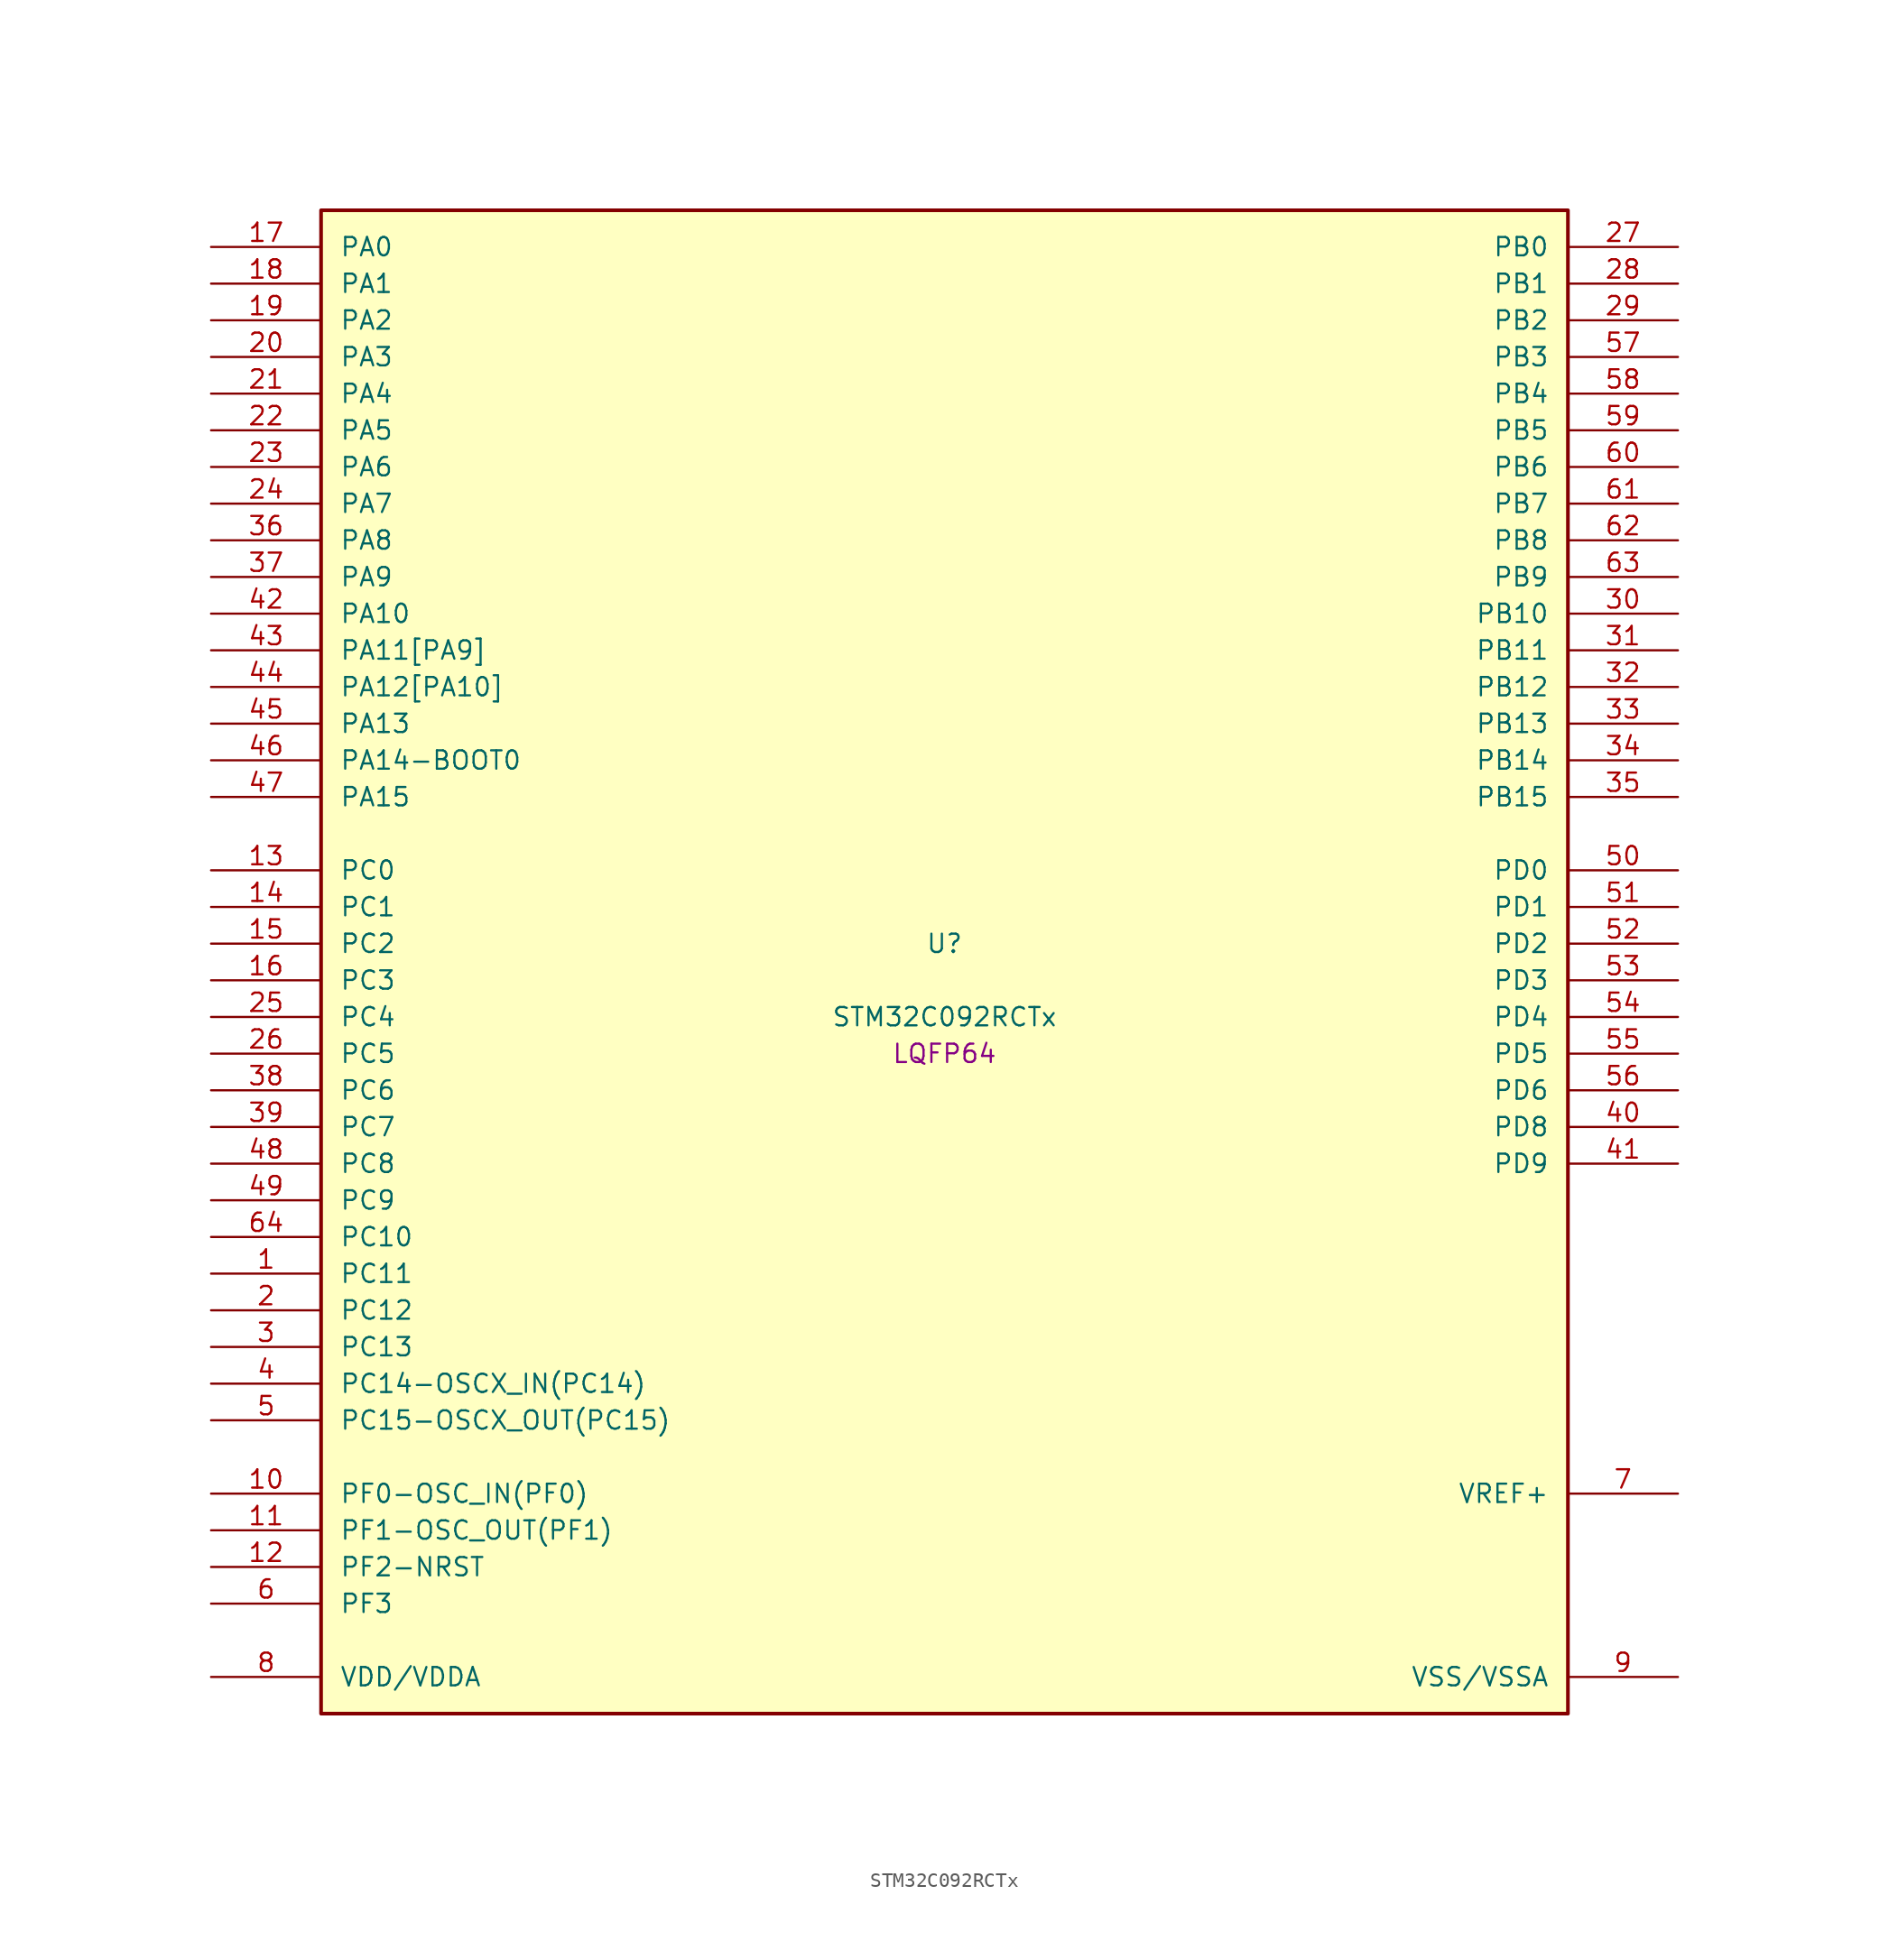
<source format=kicad_sym>
(kicad_symbol_lib
  (version 20241209)
  (generator "stm32_pkl_generator")
  (generator_version "1.0")
  (symbol "STM32C092RCTx"
    (pin_names
      (offset 1.27))
    (property "Reference" "U"
      (at 0 2.54 0))
    (property "Value" "STM32C092RCTx"
      (at 0 -2.54 0))
    (property "Footprint" "LQFP64"
      (at 0 -5.08 0))
    (symbol "STM32C092RCTx_1_1"
      (rectangle (start -43.18 53.34) (end 43.18 -50.8) (stroke (width 0.254) (type solid)) (fill (type background)))
      (pin bidirectional line (at -50.8 50.8 0) (length 7.62) (name "PA0") (number "17") (alternate "PA0/ADC1_IN0" bidirectional line) (alternate "PA0/PWR_WKUP1" bidirectional line) (alternate "PA0/SPI2_SCK" bidirectional line) (alternate "PA0/TIM16_CH1" bidirectional line) (alternate "PA0/TIM1_CH1" bidirectional line) (alternate "PA0/TIM2_CH1" bidirectional line) (alternate "PA0/TIM2_ETR" bidirectional line) (alternate "PA0/USART1_TX" bidirectional line) (alternate "PA0/USART2_CTS" bidirectional line) (alternate "PA0/USART2_NSS" bidirectional line) (alternate "PA0/USART4_TX" bidirectional line))
      (pin bidirectional line (at -50.8 48.26 0) (length 7.62) (name "PA1") (number "18") (alternate "PA1/ADC1_IN1" bidirectional line) (alternate "PA1/I2C1_SMBA" bidirectional line) (alternate "PA1/I2S1_CK" bidirectional line) (alternate "PA1/SPI1_SCK" bidirectional line) (alternate "PA1/TIM15_CH1N" bidirectional line) (alternate "PA1/TIM17_CH1" bidirectional line) (alternate "PA1/TIM1_CH2" bidirectional line) (alternate "PA1/TIM2_CH2" bidirectional line) (alternate "PA1/USART1_RX" bidirectional line) (alternate "PA1/USART2_CK" bidirectional line) (alternate "PA1/USART2_DE" bidirectional line) (alternate "PA1/USART2_RTS" bidirectional line) (alternate "PA1/USART4_RX" bidirectional line))
      (pin bidirectional line (at -50.8 45.72 0) (length 7.62) (name "PA2") (number "19") (alternate "PA2/ADC1_IN2" bidirectional line) (alternate "PA2/I2S1_SD" bidirectional line) (alternate "PA2/PWR_WKUP4" bidirectional line) (alternate "PA2/RCC_LSCO" bidirectional line) (alternate "PA2/SPI1_MOSI" bidirectional line) (alternate "PA2/TIM15_CH1" bidirectional line) (alternate "PA2/TIM16_CH1N" bidirectional line) (alternate "PA2/TIM1_CH3" bidirectional line) (alternate "PA2/TIM2_CH3" bidirectional line) (alternate "PA2/TIM3_ETR" bidirectional line) (alternate "PA2/USART2_TX" bidirectional line))
      (pin bidirectional line (at -50.8 43.18 0) (length 7.62) (name "PA3") (number "20") (alternate "PA3/ADC1_IN3" bidirectional line) (alternate "PA3/SPI2_MISO" bidirectional line) (alternate "PA3/TIM15_CH2" bidirectional line) (alternate "PA3/TIM1_CH1N" bidirectional line) (alternate "PA3/TIM1_CH4" bidirectional line) (alternate "PA3/TIM2_CH4" bidirectional line) (alternate "PA3/USART2_RX" bidirectional line))
      (pin bidirectional line (at -50.8 40.64 0) (length 7.62) (name "PA4") (number "21") (alternate "PA4/ADC1_IN4" bidirectional line) (alternate "PA4/I2S1_WS" bidirectional line) (alternate "PA4/RTC_OUT2" bidirectional line) (alternate "PA4/SPI1_NSS" bidirectional line) (alternate "PA4/SPI2_MOSI" bidirectional line) (alternate "PA4/TIM14_CH1" bidirectional line) (alternate "PA4/TIM17_CH1N" bidirectional line) (alternate "PA4/TIM1_CH2N" bidirectional line) (alternate "PA4/USART2_TX" bidirectional line))
      (pin bidirectional line (at -50.8 38.1 0) (length 7.62) (name "PA5") (number "22") (alternate "PA5/ADC1_IN5" bidirectional line) (alternate "PA5/I2S1_CK" bidirectional line) (alternate "PA5/SPI1_SCK" bidirectional line) (alternate "PA5/TIM1_CH1" bidirectional line) (alternate "PA5/TIM1_CH3N" bidirectional line) (alternate "PA5/TIM2_CH1" bidirectional line) (alternate "PA5/TIM2_ETR" bidirectional line) (alternate "PA5/USART2_RX" bidirectional line) (alternate "PA5/USART3_TX" bidirectional line))
      (pin bidirectional line (at -50.8 35.56 0) (length 7.62) (name "PA6") (number "23") (alternate "PA6/ADC1_IN6" bidirectional line) (alternate "PA6/I2C2_SDA" bidirectional line) (alternate "PA6/I2S1_MCK" bidirectional line) (alternate "PA6/SPI1_MISO" bidirectional line) (alternate "PA6/TIM16_CH1" bidirectional line) (alternate "PA6/TIM1_BKIN" bidirectional line) (alternate "PA6/TIM3_CH1" bidirectional line) (alternate "PA6/USART3_CTS" bidirectional line) (alternate "PA6/USART3_NSS" bidirectional line))
      (pin bidirectional line (at -50.8 33.02 0) (length 7.62) (name "PA7") (number "24") (alternate "PA7/ADC1_IN7" bidirectional line) (alternate "PA7/I2C2_SCL" bidirectional line) (alternate "PA7/I2S1_SD" bidirectional line) (alternate "PA7/SPI1_MOSI" bidirectional line) (alternate "PA7/TIM14_CH1" bidirectional line) (alternate "PA7/TIM17_CH1" bidirectional line) (alternate "PA7/TIM1_CH1N" bidirectional line) (alternate "PA7/TIM3_CH2" bidirectional line))
      (pin bidirectional line (at -50.8 30.48 0) (length 7.62) (name "PA8") (number "36") (alternate "PA8/ADC1_IN8" bidirectional line) (alternate "PA8/I2S1_WS" bidirectional line) (alternate "PA8/RCC_MCO" bidirectional line) (alternate "PA8/RCC_MCO_2" bidirectional line) (alternate "PA8/SPI1_NSS" bidirectional line) (alternate "PA8/SPI2_MISO" bidirectional line) (alternate "PA8/SPI2_NSS" bidirectional line) (alternate "PA8/TIM14_CH1" bidirectional line) (alternate "PA8/TIM1_CH1" bidirectional line) (alternate "PA8/TIM1_CH2N" bidirectional line) (alternate "PA8/TIM1_CH3N" bidirectional line) (alternate "PA8/TIM3_CH3" bidirectional line) (alternate "PA8/TIM3_CH4" bidirectional line) (alternate "PA8/USART1_RX" bidirectional line) (alternate "PA8/USART2_TX" bidirectional line))
      (pin bidirectional line (at -50.8 27.94 0) (length 7.62) (name "PA9") (number "37") (alternate "PA9/I2C1_SCL" bidirectional line) (alternate "PA9/I2C2_SCL" bidirectional line) (alternate "PA9/RCC_MCO" bidirectional line) (alternate "PA9/SPI2_MISO" bidirectional line) (alternate "PA9/TIM15_BKIN" bidirectional line) (alternate "PA9/TIM1_CH2" bidirectional line) (alternate "PA9/TIM3_ETR" bidirectional line) (alternate "PA9/USART1_TX" bidirectional line) (alternate "PA9/NC" bidirectional line))
      (pin bidirectional line (at -50.8 25.4 0) (length 7.62) (name "PA10") (number "42") (alternate "PA10/I2C1_SDA" bidirectional line) (alternate "PA10/I2C2_SDA" bidirectional line) (alternate "PA10/RCC_MCO_2" bidirectional line) (alternate "PA10/SPI2_MOSI" bidirectional line) (alternate "PA10/TIM17_BKIN" bidirectional line) (alternate "PA10/TIM1_CH3" bidirectional line) (alternate "PA10/USART1_RX" bidirectional line) (alternate "PA10/NC" bidirectional line))
      (pin bidirectional line (at -50.8 22.86 0) (length 7.62) (name "PA11[PA9]") (number "43") (alternate "PA11[PA9]/ADC1_EXTI11" bidirectional line) (alternate "PA11[PA9]/FDCAN1_RX" bidirectional line) (alternate "PA11[PA9]/I2C2_SCL" bidirectional line) (alternate "PA11[PA9]/I2S1_MCK" bidirectional line) (alternate "PA11[PA9]/SPI1_MISO" bidirectional line) (alternate "PA11[PA9]/TIM1_BKIN2" bidirectional line) (alternate "PA11[PA9]/TIM1_CH4" bidirectional line) (alternate "PA11[PA9]/USART1_CTS" bidirectional line) (alternate "PA11[PA9]/USART1_NSS" bidirectional line) (alternate "PA11[PA9]/PA9[PA11]" bidirectional line) (alternate "PA11[PA9]/I2C1_SCL" bidirectional line) (alternate "PA11[PA9]/RCC_MCO" bidirectional line) (alternate "PA11[PA9]/SPI2_MISO" bidirectional line) (alternate "PA11[PA9]/TIM15_BKIN" bidirectional line) (alternate "PA11[PA9]/TIM1_CH2" bidirectional line) (alternate "PA11[PA9]/TIM3_ETR" bidirectional line) (alternate "PA11[PA9]/USART1_TX" bidirectional line))
      (pin bidirectional line (at -50.8 20.32 0) (length 7.62) (name "PA12[PA10]") (number "44") (alternate "PA12[PA10]/FDCAN1_TX" bidirectional line) (alternate "PA12[PA10]/I2C2_SDA" bidirectional line) (alternate "PA12[PA10]/I2S1_SD" bidirectional line) (alternate "PA12[PA10]/I2S_CKIN" bidirectional line) (alternate "PA12[PA10]/SPI1_MOSI" bidirectional line) (alternate "PA12[PA10]/TIM1_ETR" bidirectional line) (alternate "PA12[PA10]/USART1_CK" bidirectional line) (alternate "PA12[PA10]/USART1_DE" bidirectional line) (alternate "PA12[PA10]/USART1_RTS" bidirectional line) (alternate "PA12[PA10]/PA10[PA12]" bidirectional line) (alternate "PA12[PA10]/I2C1_SDA" bidirectional line) (alternate "PA12[PA10]/RCC_MCO_2" bidirectional line) (alternate "PA12[PA10]/SPI2_MOSI" bidirectional line) (alternate "PA12[PA10]/TIM17_BKIN" bidirectional line) (alternate "PA12[PA10]/TIM1_CH3" bidirectional line) (alternate "PA12[PA10]/USART1_RX" bidirectional line))
      (pin bidirectional line (at -50.8 17.78 0) (length 7.62) (name "PA13") (number "45") (alternate "PA13/ADC1_IN13" bidirectional line) (alternate "PA13/DEBUG_SWDIO" bidirectional line) (alternate "PA13/IR_OUT" bidirectional line) (alternate "PA13/TIM3_ETR" bidirectional line) (alternate "PA13/USART2_RX" bidirectional line))
      (pin bidirectional line (at -50.8 15.24 0) (length 7.62) (name "PA14-BOOT0") (number "46") (alternate "PA14-BOOT0/ADC1_IN14" bidirectional line) (alternate "PA14-BOOT0/BOOT0" bidirectional line) (alternate "PA14-BOOT0/DEBUG_SWCLK" bidirectional line) (alternate "PA14-BOOT0/I2S1_WS" bidirectional line) (alternate "PA14-BOOT0/RCC_MCO_2" bidirectional line) (alternate "PA14-BOOT0/SPI1_NSS" bidirectional line) (alternate "PA14-BOOT0/TIM1_CH1" bidirectional line) (alternate "PA14-BOOT0/USART1_CK" bidirectional line) (alternate "PA14-BOOT0/USART1_DE" bidirectional line) (alternate "PA14-BOOT0/USART1_RTS" bidirectional line) (alternate "PA14-BOOT0/USART2_RX" bidirectional line) (alternate "PA14-BOOT0/USART2_TX" bidirectional line))
      (pin bidirectional line (at -50.8 12.7 0) (length 7.62) (name "PA15") (number "47") (alternate "PA15/I2S1_WS" bidirectional line) (alternate "PA15/RCC_MCO_2" bidirectional line) (alternate "PA15/SPI1_NSS" bidirectional line) (alternate "PA15/TIM1_CH1" bidirectional line) (alternate "PA15/TIM2_CH1" bidirectional line) (alternate "PA15/TIM2_ETR" bidirectional line) (alternate "PA15/USART1_CK" bidirectional line) (alternate "PA15/USART1_DE" bidirectional line) (alternate "PA15/USART1_RTS" bidirectional line) (alternate "PA15/USART2_RX" bidirectional line) (alternate "PA15/USART3_CK" bidirectional line) (alternate "PA15/USART3_DE" bidirectional line) (alternate "PA15/USART3_RTS" bidirectional line) (alternate "PA15/USART4_CK" bidirectional line) (alternate "PA15/USART4_DE" bidirectional line) (alternate "PA15/USART4_RTS" bidirectional line))
      (pin bidirectional line (at 50.8 50.8 180) (length 7.62) (name "PB0") (number "27") (alternate "PB0/ADC1_IN17" bidirectional line) (alternate "PB0/FDCAN1_RX" bidirectional line) (alternate "PB0/I2S1_WS" bidirectional line) (alternate "PB0/SPI1_NSS" bidirectional line) (alternate "PB0/TIM1_CH2N" bidirectional line) (alternate "PB0/TIM3_CH3" bidirectional line) (alternate "PB0/USART3_RX" bidirectional line))
      (pin bidirectional line (at 50.8 48.26 180) (length 7.62) (name "PB1") (number "28") (alternate "PB1/ADC1_IN18" bidirectional line) (alternate "PB1/FDCAN1_TX" bidirectional line) (alternate "PB1/TIM14_CH1" bidirectional line) (alternate "PB1/TIM1_CH2N" bidirectional line) (alternate "PB1/TIM1_CH3N" bidirectional line) (alternate "PB1/TIM3_CH4" bidirectional line) (alternate "PB1/USART3_CK" bidirectional line) (alternate "PB1/USART3_DE" bidirectional line) (alternate "PB1/USART3_RTS" bidirectional line))
      (pin bidirectional line (at 50.8 45.72 180) (length 7.62) (name "PB2") (number "29") (alternate "PB2/ADC1_IN19" bidirectional line) (alternate "PB2/RCC_MCO_2" bidirectional line) (alternate "PB2/SPI2_MISO" bidirectional line) (alternate "PB2/USART1_RX" bidirectional line) (alternate "PB2/USART3_TX" bidirectional line))
      (pin bidirectional line (at 50.8 43.18 180) (length 7.62) (name "PB3") (number "57") (alternate "PB3/I2C2_SCL" bidirectional line) (alternate "PB3/I2S1_CK" bidirectional line) (alternate "PB3/SPI1_SCK" bidirectional line) (alternate "PB3/TIM1_CH2" bidirectional line) (alternate "PB3/TIM2_CH2" bidirectional line) (alternate "PB3/TIM3_CH2" bidirectional line) (alternate "PB3/USART1_CK" bidirectional line) (alternate "PB3/USART1_DE" bidirectional line) (alternate "PB3/USART1_RTS" bidirectional line))
      (pin bidirectional line (at 50.8 40.64 180) (length 7.62) (name "PB4") (number "58") (alternate "PB4/I2C2_SDA" bidirectional line) (alternate "PB4/I2S1_MCK" bidirectional line) (alternate "PB4/SPI1_MISO" bidirectional line) (alternate "PB4/TIM17_BKIN" bidirectional line) (alternate "PB4/TIM3_CH1" bidirectional line) (alternate "PB4/USART1_CTS" bidirectional line) (alternate "PB4/USART1_NSS" bidirectional line))
      (pin bidirectional line (at 50.8 38.1 180) (length 7.62) (name "PB5") (number "59") (alternate "PB5/FDCAN1_RX" bidirectional line) (alternate "PB5/I2C1_SMBA" bidirectional line) (alternate "PB5/I2S1_SD" bidirectional line) (alternate "PB5/PWR_WKUP6" bidirectional line) (alternate "PB5/SPI1_MOSI" bidirectional line) (alternate "PB5/TIM16_BKIN" bidirectional line) (alternate "PB5/TIM3_CH2" bidirectional line) (alternate "PB5/TIM3_CH3" bidirectional line))
      (pin bidirectional line (at 50.8 35.56 180) (length 7.62) (name "PB6") (number "60") (alternate "PB6/FDCAN1_TX" bidirectional line) (alternate "PB6/I2C1_SCL" bidirectional line) (alternate "PB6/I2C1_SMBA" bidirectional line) (alternate "PB6/I2S1_CK" bidirectional line) (alternate "PB6/I2S1_MCK" bidirectional line) (alternate "PB6/I2S1_SD" bidirectional line) (alternate "PB6/PWR_WKUP3" bidirectional line) (alternate "PB6/SPI1_MISO" bidirectional line) (alternate "PB6/SPI1_MOSI" bidirectional line) (alternate "PB6/SPI1_SCK" bidirectional line) (alternate "PB6/SPI2_MISO" bidirectional line) (alternate "PB6/TIM16_BKIN" bidirectional line) (alternate "PB6/TIM16_CH1N" bidirectional line) (alternate "PB6/TIM1_CH2" bidirectional line) (alternate "PB6/TIM1_CH3" bidirectional line) (alternate "PB6/TIM3_CH1" bidirectional line) (alternate "PB6/TIM3_CH2" bidirectional line) (alternate "PB6/TIM3_CH3" bidirectional line) (alternate "PB6/USART1_CTS" bidirectional line) (alternate "PB6/USART1_NSS" bidirectional line) (alternate "PB6/USART1_TX" bidirectional line))
      (pin bidirectional line (at 50.8 33.02 180) (length 7.62) (name "PB7") (number "61") (alternate "PB7/I2C1_SCL" bidirectional line) (alternate "PB7/I2C1_SDA" bidirectional line) (alternate "PB7/SPI2_MOSI" bidirectional line) (alternate "PB7/TIM16_CH1" bidirectional line) (alternate "PB7/TIM17_CH1N" bidirectional line) (alternate "PB7/TIM1_CH4" bidirectional line) (alternate "PB7/TIM3_CH1" bidirectional line) (alternate "PB7/TIM3_CH4" bidirectional line) (alternate "PB7/USART1_RX" bidirectional line) (alternate "PB7/USART2_CTS" bidirectional line) (alternate "PB7/USART2_NSS" bidirectional line) (alternate "PB7/USART4_CTS" bidirectional line) (alternate "PB7/USART4_NSS" bidirectional line))
      (pin bidirectional line (at 50.8 30.48 180) (length 7.62) (name "PB8") (number "62") (alternate "PB8/FDCAN1_RX" bidirectional line) (alternate "PB8/I2C1_SCL" bidirectional line) (alternate "PB8/SPI2_SCK" bidirectional line) (alternate "PB8/TIM15_BKIN" bidirectional line) (alternate "PB8/TIM16_CH1" bidirectional line) (alternate "PB8/TIM3_CH1" bidirectional line) (alternate "PB8/USART2_CTS" bidirectional line) (alternate "PB8/USART2_NSS" bidirectional line) (alternate "PB8/USART3_TX" bidirectional line))
      (pin bidirectional line (at 50.8 27.94 180) (length 7.62) (name "PB9") (number "63") (alternate "PB9/FDCAN1_TX" bidirectional line) (alternate "PB9/I2C1_SDA" bidirectional line) (alternate "PB9/IR_OUT" bidirectional line) (alternate "PB9/SPI2_NSS" bidirectional line) (alternate "PB9/TIM17_CH1" bidirectional line) (alternate "PB9/TIM3_CH2" bidirectional line) (alternate "PB9/USART2_CK" bidirectional line) (alternate "PB9/USART2_DE" bidirectional line) (alternate "PB9/USART2_RTS" bidirectional line) (alternate "PB9/USART3_RX" bidirectional line))
      (pin bidirectional line (at 50.8 25.4 180) (length 7.62) (name "PB10") (number "30") (alternate "PB10/ADC1_IN20" bidirectional line) (alternate "PB10/I2C2_SCL" bidirectional line) (alternate "PB10/SPI2_SCK" bidirectional line) (alternate "PB10/TIM2_CH3" bidirectional line) (alternate "PB10/USART3_TX" bidirectional line))
      (pin bidirectional line (at 50.8 22.86 180) (length 7.62) (name "PB11") (number "31") (alternate "PB11/ADC1_EXTI11" bidirectional line) (alternate "PB11/ADC1_IN21" bidirectional line) (alternate "PB11/I2C2_SDA" bidirectional line) (alternate "PB11/SPI2_MOSI" bidirectional line) (alternate "PB11/TIM2_CH4" bidirectional line) (alternate "PB11/USART3_RX" bidirectional line))
      (pin bidirectional line (at 50.8 20.32 180) (length 7.62) (name "PB12") (number "32") (alternate "PB12/ADC1_IN22" bidirectional line) (alternate "PB12/FDCAN1_RX" bidirectional line) (alternate "PB12/SPI2_NSS" bidirectional line) (alternate "PB12/TIM15_BKIN" bidirectional line) (alternate "PB12/TIM1_BKIN" bidirectional line) (alternate "PB12/TIM1_BKIN2" bidirectional line))
      (pin bidirectional line (at 50.8 17.78 180) (length 7.62) (name "PB13") (number "33") (alternate "PB13/FDCAN1_TX" bidirectional line) (alternate "PB13/I2C2_SCL" bidirectional line) (alternate "PB13/SPI2_SCK" bidirectional line) (alternate "PB13/TIM15_CH1N" bidirectional line) (alternate "PB13/TIM1_CH1N" bidirectional line) (alternate "PB13/USART3_CTS" bidirectional line) (alternate "PB13/USART3_NSS" bidirectional line))
      (pin bidirectional line (at 50.8 15.24 180) (length 7.62) (name "PB14") (number "34") (alternate "PB14/I2C2_SDA" bidirectional line) (alternate "PB14/SPI2_MISO" bidirectional line) (alternate "PB14/TIM15_CH1" bidirectional line) (alternate "PB14/TIM1_CH2N" bidirectional line) (alternate "PB14/USART3_CK" bidirectional line) (alternate "PB14/USART3_DE" bidirectional line) (alternate "PB14/USART3_RTS" bidirectional line))
      (pin bidirectional line (at 50.8 12.7 180) (length 7.62) (name "PB15") (number "35") (alternate "PB15/RTC_REFIN" bidirectional line) (alternate "PB15/SPI2_MOSI" bidirectional line) (alternate "PB15/TIM15_CH1N" bidirectional line) (alternate "PB15/TIM15_CH2" bidirectional line) (alternate "PB15/TIM1_CH3N" bidirectional line))
      (pin bidirectional line (at -50.8 7.62 0) (length 7.62) (name "PC0") (number "13") (alternate "PC0/USART3_TX" bidirectional line) (alternate "PC0/USART4_RX" bidirectional line))
      (pin bidirectional line (at -50.8 5.08 0) (length 7.62) (name "PC1") (number "14") (alternate "PC1/TIM15_CH1" bidirectional line) (alternate "PC1/USART3_RX" bidirectional line) (alternate "PC1/USART4_TX" bidirectional line))
      (pin bidirectional line (at -50.8 2.54 0) (length 7.62) (name "PC2") (number "15") (alternate "PC2/FDCAN1_RX" bidirectional line) (alternate "PC2/SPI2_MISO" bidirectional line) (alternate "PC2/TIM15_CH2" bidirectional line))
      (pin bidirectional line (at -50.8 0 0) (length 7.62) (name "PC3") (number "16") (alternate "PC3/FDCAN1_TX" bidirectional line) (alternate "PC3/SPI2_MOSI" bidirectional line))
      (pin bidirectional line (at -50.8 -2.54 0) (length 7.62) (name "PC4") (number "25") (alternate "PC4/ADC1_IN11" bidirectional line) (alternate "PC4/FDCAN1_RX" bidirectional line) (alternate "PC4/TIM2_CH1" bidirectional line) (alternate "PC4/TIM2_ETR" bidirectional line) (alternate "PC4/USART1_TX" bidirectional line) (alternate "PC4/USART3_TX" bidirectional line))
      (pin bidirectional line (at -50.8 -5.08 0) (length 7.62) (name "PC5") (number "26") (alternate "PC5/ADC1_IN12" bidirectional line) (alternate "PC5/FDCAN1_TX" bidirectional line) (alternate "PC5/PWR_WKUP5" bidirectional line) (alternate "PC5/TIM2_CH2" bidirectional line) (alternate "PC5/USART1_RX" bidirectional line) (alternate "PC5/USART3_RX" bidirectional line))
      (pin bidirectional line (at -50.8 -7.62 0) (length 7.62) (name "PC6") (number "38") (alternate "PC6/TIM2_CH3" bidirectional line) (alternate "PC6/TIM3_CH1" bidirectional line))
      (pin bidirectional line (at -50.8 -10.16 0) (length 7.62) (name "PC7") (number "39") (alternate "PC7/TIM2_CH4" bidirectional line) (alternate "PC7/TIM3_CH2" bidirectional line))
      (pin bidirectional line (at -50.8 -12.7 0) (length 7.62) (name "PC8") (number "48") (alternate "PC8/TIM1_CH1" bidirectional line) (alternate "PC8/TIM3_CH3" bidirectional line))
      (pin bidirectional line (at -50.8 -15.24 0) (length 7.62) (name "PC9") (number "49") (alternate "PC9/I2S_CKIN" bidirectional line) (alternate "PC9/TIM1_CH2" bidirectional line) (alternate "PC9/TIM3_CH4" bidirectional line))
      (pin bidirectional line (at -50.8 -17.78 0) (length 7.62) (name "PC10") (number "64") (alternate "PC10/TIM1_CH3" bidirectional line) (alternate "PC10/USART3_TX" bidirectional line) (alternate "PC10/USART4_TX" bidirectional line))
      (pin bidirectional line (at -50.8 -20.32 0) (length 7.62) (name "PC11") (number "1") (alternate "PC11/ADC1_EXTI11" bidirectional line) (alternate "PC11/TIM1_CH4" bidirectional line) (alternate "PC11/USART3_RX" bidirectional line) (alternate "PC11/USART4_RX" bidirectional line))
      (pin bidirectional line (at -50.8 -22.86 0) (length 7.62) (name "PC12") (number "2") (alternate "PC12/TIM14_CH1" bidirectional line))
      (pin bidirectional line (at -50.8 -25.4 0) (length 7.62) (name "PC13") (number "3") (alternate "PC13/PWR_WKUP2" bidirectional line) (alternate "PC13/RTC_OUT1" bidirectional line) (alternate "PC13/RTC_TS" bidirectional line) (alternate "PC13/TIM1_BKIN" bidirectional line) (alternate "PC13/TIM1_ETR" bidirectional line))
      (pin bidirectional line (at -50.8 -27.94 0) (length 7.62) (name "PC14-OSCX_IN(PC14)") (number "4") (alternate "PC14-OSCX_IN(PC14)/FDCAN1_TX" bidirectional line) (alternate "PC14-OSCX_IN(PC14)/I2C1_SDA" bidirectional line) (alternate "PC14-OSCX_IN(PC14)/IR_OUT" bidirectional line) (alternate "PC14-OSCX_IN(PC14)/RCC_OSCX_IN" bidirectional line) (alternate "PC14-OSCX_IN(PC14)/SPI2_NSS" bidirectional line) (alternate "PC14-OSCX_IN(PC14)/TIM17_CH1" bidirectional line) (alternate "PC14-OSCX_IN(PC14)/TIM1_BKIN2" bidirectional line) (alternate "PC14-OSCX_IN(PC14)/TIM1_ETR" bidirectional line) (alternate "PC14-OSCX_IN(PC14)/TIM3_CH2" bidirectional line) (alternate "PC14-OSCX_IN(PC14)/USART1_TX" bidirectional line) (alternate "PC14-OSCX_IN(PC14)/USART2_CK" bidirectional line) (alternate "PC14-OSCX_IN(PC14)/USART2_DE" bidirectional line) (alternate "PC14-OSCX_IN(PC14)/USART2_RTS" bidirectional line) (alternate "PC14-OSCX_IN(PC14)/USART3_TX" bidirectional line))
      (pin bidirectional line (at -50.8 -30.48 0) (length 7.62) (name "PC15-OSCX_OUT(PC15)") (number "5") (alternate "PC15-OSCX_OUT(PC15)/RCC_OSC32_EN" bidirectional line) (alternate "PC15-OSCX_OUT(PC15)/RCC_OSCX_OUT" bidirectional line) (alternate "PC15-OSCX_OUT(PC15)/RCC_OSC_EN" bidirectional line) (alternate "PC15-OSCX_OUT(PC15)/TIM15_BKIN" bidirectional line) (alternate "PC15-OSCX_OUT(PC15)/TIM1_ETR" bidirectional line) (alternate "PC15-OSCX_OUT(PC15)/TIM3_CH3" bidirectional line))
      (pin bidirectional line (at 50.8 7.62 180) (length 7.62) (name "PD0") (number "50") (alternate "PD0/FDCAN1_RX" bidirectional line) (alternate "PD0/SPI2_NSS" bidirectional line) (alternate "PD0/TIM16_CH1" bidirectional line))
      (pin bidirectional line (at 50.8 5.08 180) (length 7.62) (name "PD1") (number "51") (alternate "PD1/FDCAN1_TX" bidirectional line) (alternate "PD1/SPI2_SCK" bidirectional line) (alternate "PD1/TIM17_CH1" bidirectional line))
      (pin bidirectional line (at 50.8 2.54 180) (length 7.62) (name "PD2") (number "52") (alternate "PD2/TIM1_CH1N" bidirectional line) (alternate "PD2/TIM3_ETR" bidirectional line) (alternate "PD2/USART3_CK" bidirectional line) (alternate "PD2/USART3_DE" bidirectional line) (alternate "PD2/USART3_RTS" bidirectional line))
      (pin bidirectional line (at 50.8 0 180) (length 7.62) (name "PD3") (number "53") (alternate "PD3/SPI2_MISO" bidirectional line) (alternate "PD3/TIM1_CH2N" bidirectional line) (alternate "PD3/USART2_CTS" bidirectional line) (alternate "PD3/USART2_NSS" bidirectional line))
      (pin bidirectional line (at 50.8 -2.54 180) (length 7.62) (name "PD4") (number "54") (alternate "PD4/SPI2_MOSI" bidirectional line) (alternate "PD4/TIM1_CH3N" bidirectional line) (alternate "PD4/USART2_CK" bidirectional line) (alternate "PD4/USART2_DE" bidirectional line) (alternate "PD4/USART2_RTS" bidirectional line))
      (pin bidirectional line (at 50.8 -5.08 180) (length 7.62) (name "PD5") (number "55") (alternate "PD5/I2S1_MCK" bidirectional line) (alternate "PD5/SPI1_MISO" bidirectional line) (alternate "PD5/TIM1_BKIN" bidirectional line) (alternate "PD5/USART2_TX" bidirectional line))
      (pin bidirectional line (at 50.8 -7.62 180) (length 7.62) (name "PD6") (number "56") (alternate "PD6/I2S1_SD" bidirectional line) (alternate "PD6/SPI1_MOSI" bidirectional line) (alternate "PD6/USART2_RX" bidirectional line))
      (pin bidirectional line (at 50.8 -10.16 180) (length 7.62) (name "PD8") (number "40") (alternate "PD8/I2S1_CK" bidirectional line) (alternate "PD8/SPI1_SCK" bidirectional line) (alternate "PD8/USART3_TX" bidirectional line))
      (pin bidirectional line (at 50.8 -12.7 180) (length 7.62) (name "PD9") (number "41") (alternate "PD9/I2S1_WS" bidirectional line) (alternate "PD9/SPI1_NSS" bidirectional line) (alternate "PD9/TIM1_BKIN2" bidirectional line) (alternate "PD9/USART3_RX" bidirectional line))
      (pin bidirectional line (at -50.8 -35.56 0) (length 7.62) (name "PF0-OSC_IN(PF0)") (number "10") (alternate "PF0-OSC_IN(PF0)/RCC_OSC_IN" bidirectional line) (alternate "PF0-OSC_IN(PF0)/TIM14_CH1" bidirectional line))
      (pin bidirectional line (at -50.8 -38.1 0) (length 7.62) (name "PF1-OSC_OUT(PF1)") (number "11") (alternate "PF1-OSC_OUT(PF1)/RCC_OSC_EN" bidirectional line) (alternate "PF1-OSC_OUT(PF1)/RCC_OSC_OUT" bidirectional line) (alternate "PF1-OSC_OUT(PF1)/TIM15_CH1N" bidirectional line))
      (pin bidirectional line (at -50.8 -40.64 0) (length 7.62) (name "PF2-NRST") (number "12") (alternate "PF2-NRST/RCC_MCO" bidirectional line) (alternate "PF2-NRST/TIM1_CH4" bidirectional line))
      (pin bidirectional line (at -50.8 -43.18 0) (length 7.62) (name "PF3") (number "6"))
      (pin bidirectional line (at 50.8 -35.56 180) (length 7.62) (name "VREF+") (number "7"))
      (pin power_in line (at -50.8 -48.26 0) (length 7.62) (name "VDD/VDDA") (number "8"))
      (pin power_in line (at 50.8 -48.26 180) (length 7.62) (name "VSS/VSSA") (number "9")))))
</source>
